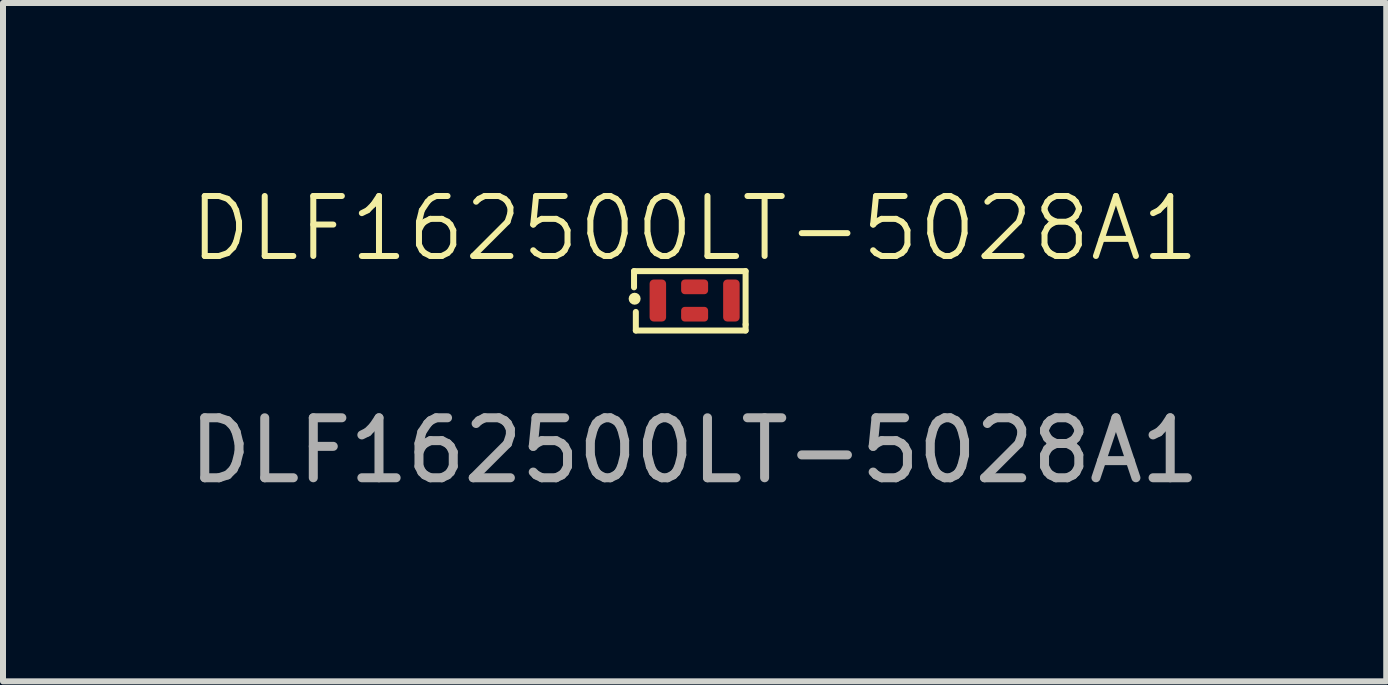
<source format=kicad_pcb>
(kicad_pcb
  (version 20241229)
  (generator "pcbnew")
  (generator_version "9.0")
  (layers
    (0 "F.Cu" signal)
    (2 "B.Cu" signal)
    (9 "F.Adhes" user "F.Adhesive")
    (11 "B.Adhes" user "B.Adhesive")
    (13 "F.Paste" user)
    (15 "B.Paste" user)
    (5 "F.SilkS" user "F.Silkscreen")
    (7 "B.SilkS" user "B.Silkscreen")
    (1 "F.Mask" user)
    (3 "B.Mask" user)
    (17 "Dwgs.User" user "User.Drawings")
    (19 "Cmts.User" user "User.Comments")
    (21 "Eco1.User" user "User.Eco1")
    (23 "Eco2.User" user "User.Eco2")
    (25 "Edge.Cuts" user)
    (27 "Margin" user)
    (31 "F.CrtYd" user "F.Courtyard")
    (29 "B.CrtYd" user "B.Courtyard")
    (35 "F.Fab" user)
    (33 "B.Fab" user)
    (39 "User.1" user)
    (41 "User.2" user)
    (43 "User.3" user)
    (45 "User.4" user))
  (footprint "DLF162500LT-5028A1"
    (layer "F.Cu")
    (at 8.53 1.96)
    (property "Reference" "DLF162500LT-5028A1" (at 0 -1.2 0) (unlocked yes) (layer "F.SilkS") (effects (font (size 1 1) (thickness 0.1))))
    (attr smd)
    (fp_line (start -1.01 -0.49) (end 0.85 -0.49) (stroke (width 0.1) (type default)) (layer "F.SilkS"))
    (fp_line (start -1.01 -0.22) (end -1.01 -0.49) (stroke (width 0.1) (type default)) (layer "F.SilkS"))
    (fp_line (start -0.98 0.5) (end -0.98 0.19) (stroke (width 0.1) (type default)) (layer "F.SilkS"))
    (fp_line (start 0.85 -0.49) (end 0.85 0.4) (stroke (width 0.1) (type default)) (layer "F.SilkS"))
    (fp_line (start 0.85 0.4) (end 0.85 0.5) (stroke (width 0.1) (type default)) (layer "F.SilkS"))
    (fp_line (start 0.85 0.5) (end -0.98 0.5) (stroke (width 0.1) (type default)) (layer "F.SilkS"))
    (fp_circle (center -1 -0.03) (end -0.95 -0.03) (stroke (width 0.1) (type default)) (fill no) (layer "F.SilkS"))
    (fp_text user "${REFERENCE}" (at 0 2.5 0) (unlocked yes) (layer "F.Fab") (effects (font (size 1 1) (thickness 0.15))))
    (pad "1" smd roundrect (at -0.613 0) (size 0.275 0.7) (layers "F.Cu" "F.Mask" "F.Paste") (roundrect_rratio 0.25))
    (pad "2" smd roundrect (at 0 0.228) (size 0.45 0.245) (layers "F.Cu" "F.Mask" "F.Paste") (roundrect_rratio 0.25))
    (pad "3" smd roundrect (at 0.613 0) (size 0.275 0.7) (layers "F.Cu" "F.Mask" "F.Paste") (roundrect_rratio 0.25))
    (pad "4" smd roundrect (at 0 -0.228) (size 0.45 0.245) (layers "F.Cu" "F.Mask" "F.Paste") (roundrect_rratio 0.25)))
  (gr_rect
    (start -3 -3)
    (end 20.06 8.309)
    (stroke (width 0.1) (type default))
    (fill no)
    (layer "Edge.Cuts")))
</source>
